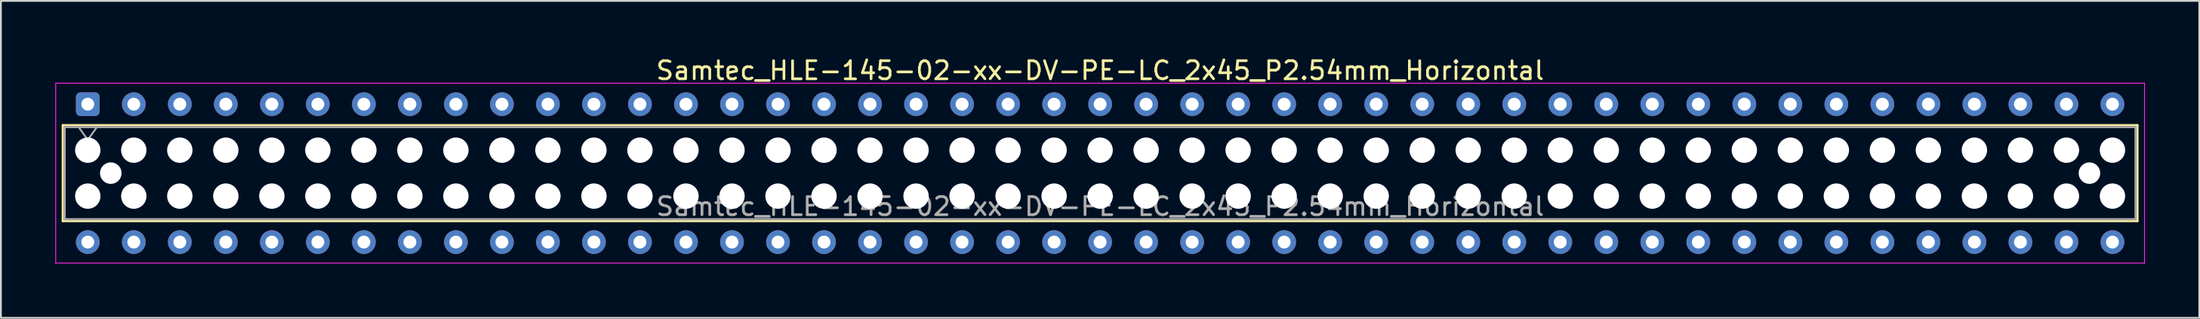
<source format=kicad_pcb>
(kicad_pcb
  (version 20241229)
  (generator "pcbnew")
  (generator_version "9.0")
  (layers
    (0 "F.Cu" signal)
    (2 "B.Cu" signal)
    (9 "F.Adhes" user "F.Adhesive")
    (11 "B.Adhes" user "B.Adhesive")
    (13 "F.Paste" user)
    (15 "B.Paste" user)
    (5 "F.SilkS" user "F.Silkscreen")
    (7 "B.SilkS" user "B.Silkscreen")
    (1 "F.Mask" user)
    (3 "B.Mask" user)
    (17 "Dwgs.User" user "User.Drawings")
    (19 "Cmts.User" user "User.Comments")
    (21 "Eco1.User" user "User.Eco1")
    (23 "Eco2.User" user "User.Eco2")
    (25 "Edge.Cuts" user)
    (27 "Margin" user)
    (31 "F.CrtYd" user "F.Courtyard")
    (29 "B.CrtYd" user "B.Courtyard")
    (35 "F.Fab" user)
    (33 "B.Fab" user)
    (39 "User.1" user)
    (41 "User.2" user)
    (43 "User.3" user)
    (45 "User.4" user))
  (footprint "Samtec_HLE-145-02-xx-DV-PE-LC_2x45_P2.54mm_Horizontal"
    (layer "F.Cu")
    (at 1.795 2.708)
    (property "Reference" "Samtec_HLE-145-02-xx-DV-PE-LC_2x45_P2.54mm_Horizontal" (at 55.88 -1.86 0) (layer "F.SilkS") (effects (font (size 1 1) (thickness 0.15))))
    (attr through_hole)
    (fp_line (start -1.38 1.16) (end 113.14 1.16) (stroke (width 0.12) (type solid)) (layer "F.SilkS"))
    (fp_line (start -1.38 6.46) (end -1.38 1.16) (stroke (width 0.12) (type solid)) (layer "F.SilkS"))
    (fp_line (start 113.14 1.16) (end 113.14 6.46) (stroke (width 0.12) (type solid)) (layer "F.SilkS"))
    (fp_line (start 113.14 6.46) (end -1.38 6.46) (stroke (width 0.12) (type solid)) (layer "F.SilkS"))
    (fp_line (start -1.77 -1.16) (end 113.53 -1.16) (stroke (width 0.05) (type solid)) (layer "F.CrtYd"))
    (fp_line (start -1.77 8.78) (end -1.77 -1.16) (stroke (width 0.05) (type solid)) (layer "F.CrtYd"))
    (fp_line (start 113.53 -1.16) (end 113.53 8.78) (stroke (width 0.05) (type solid)) (layer "F.CrtYd"))
    (fp_line (start 113.53 8.78) (end -1.77 8.78) (stroke (width 0.05) (type solid)) (layer "F.CrtYd"))
    (fp_line (start -1.27 1.27) (end 113.03 1.27) (stroke (width 0.1) (type solid)) (layer "F.Fab"))
    (fp_line (start -1.27 6.35) (end -1.27 1.27) (stroke (width 0.1) (type solid)) (layer "F.Fab"))
    (fp_line (start -0.5 1.27) (end 0 1.977) (stroke (width 0.1) (type solid)) (layer "F.Fab"))
    (fp_line (start 0 1.977) (end 0.5 1.27) (stroke (width 0.1) (type solid)) (layer "F.Fab"))
    (fp_line (start 113.03 1.27) (end 113.03 6.35) (stroke (width 0.1) (type solid)) (layer "F.Fab"))
    (fp_line (start 113.03 6.35) (end -1.27 6.35) (stroke (width 0.1) (type solid)) (layer "F.Fab"))
    (fp_text user "${REFERENCE}" (at 55.88 5.65 0) (layer "F.Fab") (effects (font (size 1 1) (thickness 0.15))))
    (pad "" np_thru_hole circle (at 0 2.54) (size 1.4 1.4) (drill 1.4) (layers "*.Cu" "*.Mask"))
    (pad "" np_thru_hole circle (at 0 5.08) (size 1.4 1.4) (drill 1.4) (layers "*.Cu" "*.Mask"))
    (pad "" np_thru_hole circle (at 1.27 3.81) (size 1.19 1.19) (drill 1.19) (layers "*.Cu" "*.Mask"))
    (pad "" np_thru_hole circle (at 2.54 2.54) (size 1.4 1.4) (drill 1.4) (layers "*.Cu" "*.Mask"))
    (pad "" np_thru_hole circle (at 2.54 5.08) (size 1.4 1.4) (drill 1.4) (layers "*.Cu" "*.Mask"))
    (pad "" np_thru_hole circle (at 5.08 2.54) (size 1.4 1.4) (drill 1.4) (layers "*.Cu" "*.Mask"))
    (pad "" np_thru_hole circle (at 5.08 5.08) (size 1.4 1.4) (drill 1.4) (layers "*.Cu" "*.Mask"))
    (pad "" np_thru_hole circle (at 7.62 2.54) (size 1.4 1.4) (drill 1.4) (layers "*.Cu" "*.Mask"))
    (pad "" np_thru_hole circle (at 7.62 5.08) (size 1.4 1.4) (drill 1.4) (layers "*.Cu" "*.Mask"))
    (pad "" np_thru_hole circle (at 10.16 2.54) (size 1.4 1.4) (drill 1.4) (layers "*.Cu" "*.Mask"))
    (pad "" np_thru_hole circle (at 10.16 5.08) (size 1.4 1.4) (drill 1.4) (layers "*.Cu" "*.Mask"))
    (pad "" np_thru_hole circle (at 12.7 2.54) (size 1.4 1.4) (drill 1.4) (layers "*.Cu" "*.Mask"))
    (pad "" np_thru_hole circle (at 12.7 5.08) (size 1.4 1.4) (drill 1.4) (layers "*.Cu" "*.Mask"))
    (pad "" np_thru_hole circle (at 15.24 2.54) (size 1.4 1.4) (drill 1.4) (layers "*.Cu" "*.Mask"))
    (pad "" np_thru_hole circle (at 15.24 5.08) (size 1.4 1.4) (drill 1.4) (layers "*.Cu" "*.Mask"))
    (pad "" np_thru_hole circle (at 17.78 2.54) (size 1.4 1.4) (drill 1.4) (layers "*.Cu" "*.Mask"))
    (pad "" np_thru_hole circle (at 17.78 5.08) (size 1.4 1.4) (drill 1.4) (layers "*.Cu" "*.Mask"))
    (pad "" np_thru_hole circle (at 20.32 2.54) (size 1.4 1.4) (drill 1.4) (layers "*.Cu" "*.Mask"))
    (pad "" np_thru_hole circle (at 20.32 5.08) (size 1.4 1.4) (drill 1.4) (layers "*.Cu" "*.Mask"))
    (pad "" np_thru_hole circle (at 22.86 2.54) (size 1.4 1.4) (drill 1.4) (layers "*.Cu" "*.Mask"))
    (pad "" np_thru_hole circle (at 22.86 5.08) (size 1.4 1.4) (drill 1.4) (layers "*.Cu" "*.Mask"))
    (pad "" np_thru_hole circle (at 25.4 2.54) (size 1.4 1.4) (drill 1.4) (layers "*.Cu" "*.Mask"))
    (pad "" np_thru_hole circle (at 25.4 5.08) (size 1.4 1.4) (drill 1.4) (layers "*.Cu" "*.Mask"))
    (pad "" np_thru_hole circle (at 27.94 2.54) (size 1.4 1.4) (drill 1.4) (layers "*.Cu" "*.Mask"))
    (pad "" np_thru_hole circle (at 27.94 5.08) (size 1.4 1.4) (drill 1.4) (layers "*.Cu" "*.Mask"))
    (pad "" np_thru_hole circle (at 30.48 2.54) (size 1.4 1.4) (drill 1.4) (layers "*.Cu" "*.Mask"))
    (pad "" np_thru_hole circle (at 30.48 5.08) (size 1.4 1.4) (drill 1.4) (layers "*.Cu" "*.Mask"))
    (pad "" np_thru_hole circle (at 33.02 2.54) (size 1.4 1.4) (drill 1.4) (layers "*.Cu" "*.Mask"))
    (pad "" np_thru_hole circle (at 33.02 5.08) (size 1.4 1.4) (drill 1.4) (layers "*.Cu" "*.Mask"))
    (pad "" np_thru_hole circle (at 35.56 2.54) (size 1.4 1.4) (drill 1.4) (layers "*.Cu" "*.Mask"))
    (pad "" np_thru_hole circle (at 35.56 5.08) (size 1.4 1.4) (drill 1.4) (layers "*.Cu" "*.Mask"))
    (pad "" np_thru_hole circle (at 38.1 2.54) (size 1.4 1.4) (drill 1.4) (layers "*.Cu" "*.Mask"))
    (pad "" np_thru_hole circle (at 38.1 5.08) (size 1.4 1.4) (drill 1.4) (layers "*.Cu" "*.Mask"))
    (pad "" np_thru_hole circle (at 40.64 2.54) (size 1.4 1.4) (drill 1.4) (layers "*.Cu" "*.Mask"))
    (pad "" np_thru_hole circle (at 40.64 5.08) (size 1.4 1.4) (drill 1.4) (layers "*.Cu" "*.Mask"))
    (pad "" np_thru_hole circle (at 43.18 2.54) (size 1.4 1.4) (drill 1.4) (layers "*.Cu" "*.Mask"))
    (pad "" np_thru_hole circle (at 43.18 5.08) (size 1.4 1.4) (drill 1.4) (layers "*.Cu" "*.Mask"))
    (pad "" np_thru_hole circle (at 45.72 2.54) (size 1.4 1.4) (drill 1.4) (layers "*.Cu" "*.Mask"))
    (pad "" np_thru_hole circle (at 45.72 5.08) (size 1.4 1.4) (drill 1.4) (layers "*.Cu" "*.Mask"))
    (pad "" np_thru_hole circle (at 48.26 2.54) (size 1.4 1.4) (drill 1.4) (layers "*.Cu" "*.Mask"))
    (pad "" np_thru_hole circle (at 48.26 5.08) (size 1.4 1.4) (drill 1.4) (layers "*.Cu" "*.Mask"))
    (pad "" np_thru_hole circle (at 50.8 2.54) (size 1.4 1.4) (drill 1.4) (layers "*.Cu" "*.Mask"))
    (pad "" np_thru_hole circle (at 50.8 5.08) (size 1.4 1.4) (drill 1.4) (layers "*.Cu" "*.Mask"))
    (pad "" np_thru_hole circle (at 53.34 2.54) (size 1.4 1.4) (drill 1.4) (layers "*.Cu" "*.Mask"))
    (pad "" np_thru_hole circle (at 53.34 5.08) (size 1.4 1.4) (drill 1.4) (layers "*.Cu" "*.Mask"))
    (pad "" np_thru_hole circle (at 55.88 2.54) (size 1.4 1.4) (drill 1.4) (layers "*.Cu" "*.Mask"))
    (pad "" np_thru_hole circle (at 55.88 5.08) (size 1.4 1.4) (drill 1.4) (layers "*.Cu" "*.Mask"))
    (pad "" np_thru_hole circle (at 58.42 2.54) (size 1.4 1.4) (drill 1.4) (layers "*.Cu" "*.Mask"))
    (pad "" np_thru_hole circle (at 58.42 5.08) (size 1.4 1.4) (drill 1.4) (layers "*.Cu" "*.Mask"))
    (pad "" np_thru_hole circle (at 60.96 2.54) (size 1.4 1.4) (drill 1.4) (layers "*.Cu" "*.Mask"))
    (pad "" np_thru_hole circle (at 60.96 5.08) (size 1.4 1.4) (drill 1.4) (layers "*.Cu" "*.Mask"))
    (pad "" np_thru_hole circle (at 63.5 2.54) (size 1.4 1.4) (drill 1.4) (layers "*.Cu" "*.Mask"))
    (pad "" np_thru_hole circle (at 63.5 5.08) (size 1.4 1.4) (drill 1.4) (layers "*.Cu" "*.Mask"))
    (pad "" np_thru_hole circle (at 66.04 2.54) (size 1.4 1.4) (drill 1.4) (layers "*.Cu" "*.Mask"))
    (pad "" np_thru_hole circle (at 66.04 5.08) (size 1.4 1.4) (drill 1.4) (layers "*.Cu" "*.Mask"))
    (pad "" np_thru_hole circle (at 68.58 2.54) (size 1.4 1.4) (drill 1.4) (layers "*.Cu" "*.Mask"))
    (pad "" np_thru_hole circle (at 68.58 5.08) (size 1.4 1.4) (drill 1.4) (layers "*.Cu" "*.Mask"))
    (pad "" np_thru_hole circle (at 71.12 2.54) (size 1.4 1.4) (drill 1.4) (layers "*.Cu" "*.Mask"))
    (pad "" np_thru_hole circle (at 71.12 5.08) (size 1.4 1.4) (drill 1.4) (layers "*.Cu" "*.Mask"))
    (pad "" np_thru_hole circle (at 73.66 2.54) (size 1.4 1.4) (drill 1.4) (layers "*.Cu" "*.Mask"))
    (pad "" np_thru_hole circle (at 73.66 5.08) (size 1.4 1.4) (drill 1.4) (layers "*.Cu" "*.Mask"))
    (pad "" np_thru_hole circle (at 76.2 2.54) (size 1.4 1.4) (drill 1.4) (layers "*.Cu" "*.Mask"))
    (pad "" np_thru_hole circle (at 76.2 5.08) (size 1.4 1.4) (drill 1.4) (layers "*.Cu" "*.Mask"))
    (pad "" np_thru_hole circle (at 78.74 2.54) (size 1.4 1.4) (drill 1.4) (layers "*.Cu" "*.Mask"))
    (pad "" np_thru_hole circle (at 78.74 5.08) (size 1.4 1.4) (drill 1.4) (layers "*.Cu" "*.Mask"))
    (pad "" np_thru_hole circle (at 81.28 2.54) (size 1.4 1.4) (drill 1.4) (layers "*.Cu" "*.Mask"))
    (pad "" np_thru_hole circle (at 81.28 5.08) (size 1.4 1.4) (drill 1.4) (layers "*.Cu" "*.Mask"))
    (pad "" np_thru_hole circle (at 83.82 2.54) (size 1.4 1.4) (drill 1.4) (layers "*.Cu" "*.Mask"))
    (pad "" np_thru_hole circle (at 83.82 5.08) (size 1.4 1.4) (drill 1.4) (layers "*.Cu" "*.Mask"))
    (pad "" np_thru_hole circle (at 86.36 2.54) (size 1.4 1.4) (drill 1.4) (layers "*.Cu" "*.Mask"))
    (pad "" np_thru_hole circle (at 86.36 5.08) (size 1.4 1.4) (drill 1.4) (layers "*.Cu" "*.Mask"))
    (pad "" np_thru_hole circle (at 88.9 2.54) (size 1.4 1.4) (drill 1.4) (layers "*.Cu" "*.Mask"))
    (pad "" np_thru_hole circle (at 88.9 5.08) (size 1.4 1.4) (drill 1.4) (layers "*.Cu" "*.Mask"))
    (pad "" np_thru_hole circle (at 91.44 2.54) (size 1.4 1.4) (drill 1.4) (layers "*.Cu" "*.Mask"))
    (pad "" np_thru_hole circle (at 91.44 5.08) (size 1.4 1.4) (drill 1.4) (layers "*.Cu" "*.Mask"))
    (pad "" np_thru_hole circle (at 93.98 2.54) (size 1.4 1.4) (drill 1.4) (layers "*.Cu" "*.Mask"))
    (pad "" np_thru_hole circle (at 93.98 5.08) (size 1.4 1.4) (drill 1.4) (layers "*.Cu" "*.Mask"))
    (pad "" np_thru_hole circle (at 96.52 2.54) (size 1.4 1.4) (drill 1.4) (layers "*.Cu" "*.Mask"))
    (pad "" np_thru_hole circle (at 96.52 5.08) (size 1.4 1.4) (drill 1.4) (layers "*.Cu" "*.Mask"))
    (pad "" np_thru_hole circle (at 99.06 2.54) (size 1.4 1.4) (drill 1.4) (layers "*.Cu" "*.Mask"))
    (pad "" np_thru_hole circle (at 99.06 5.08) (size 1.4 1.4) (drill 1.4) (layers "*.Cu" "*.Mask"))
    (pad "" np_thru_hole circle (at 101.6 2.54) (size 1.4 1.4) (drill 1.4) (layers "*.Cu" "*.Mask"))
    (pad "" np_thru_hole circle (at 101.6 5.08) (size 1.4 1.4) (drill 1.4) (layers "*.Cu" "*.Mask"))
    (pad "" np_thru_hole circle (at 104.14 2.54) (size 1.4 1.4) (drill 1.4) (layers "*.Cu" "*.Mask"))
    (pad "" np_thru_hole circle (at 104.14 5.08) (size 1.4 1.4) (drill 1.4) (layers "*.Cu" "*.Mask"))
    (pad "" np_thru_hole circle (at 106.68 2.54) (size 1.4 1.4) (drill 1.4) (layers "*.Cu" "*.Mask"))
    (pad "" np_thru_hole circle (at 106.68 5.08) (size 1.4 1.4) (drill 1.4) (layers "*.Cu" "*.Mask"))
    (pad "" np_thru_hole circle (at 109.22 2.54) (size 1.4 1.4) (drill 1.4) (layers "*.Cu" "*.Mask"))
    (pad "" np_thru_hole circle (at 109.22 5.08) (size 1.4 1.4) (drill 1.4) (layers "*.Cu" "*.Mask"))
    (pad "" np_thru_hole circle (at 110.49 3.81) (size 1.19 1.19) (drill 1.19) (layers "*.Cu" "*.Mask"))
    (pad "" np_thru_hole circle (at 111.76 2.54) (size 1.4 1.4) (drill 1.4) (layers "*.Cu" "*.Mask"))
    (pad "" np_thru_hole circle (at 111.76 5.08) (size 1.4 1.4) (drill 1.4) (layers "*.Cu" "*.Mask"))
    (pad "1" thru_hole roundrect (at 0 0) (size 1.31 1.31) (drill 0.71) (layers "*.Cu" "*.Mask") (roundrect_rratio 0.191))
    (pad "2" thru_hole circle (at 0 7.62) (size 1.31 1.31) (drill 0.71) (layers "*.Cu" "*.Mask"))
    (pad "3" thru_hole circle (at 2.54 0) (size 1.31 1.31) (drill 0.71) (layers "*.Cu" "*.Mask"))
    (pad "4" thru_hole circle (at 2.54 7.62) (size 1.31 1.31) (drill 0.71) (layers "*.Cu" "*.Mask"))
    (pad "5" thru_hole circle (at 5.08 0) (size 1.31 1.31) (drill 0.71) (layers "*.Cu" "*.Mask"))
    (pad "6" thru_hole circle (at 5.08 7.62) (size 1.31 1.31) (drill 0.71) (layers "*.Cu" "*.Mask"))
    (pad "7" thru_hole circle (at 7.62 0) (size 1.31 1.31) (drill 0.71) (layers "*.Cu" "*.Mask"))
    (pad "8" thru_hole circle (at 7.62 7.62) (size 1.31 1.31) (drill 0.71) (layers "*.Cu" "*.Mask"))
    (pad "9" thru_hole circle (at 10.16 0) (size 1.31 1.31) (drill 0.71) (layers "*.Cu" "*.Mask"))
    (pad "10" thru_hole circle (at 10.16 7.62) (size 1.31 1.31) (drill 0.71) (layers "*.Cu" "*.Mask"))
    (pad "11" thru_hole circle (at 12.7 0) (size 1.31 1.31) (drill 0.71) (layers "*.Cu" "*.Mask"))
    (pad "12" thru_hole circle (at 12.7 7.62) (size 1.31 1.31) (drill 0.71) (layers "*.Cu" "*.Mask"))
    (pad "13" thru_hole circle (at 15.24 0) (size 1.31 1.31) (drill 0.71) (layers "*.Cu" "*.Mask"))
    (pad "14" thru_hole circle (at 15.24 7.62) (size 1.31 1.31) (drill 0.71) (layers "*.Cu" "*.Mask"))
    (pad "15" thru_hole circle (at 17.78 0) (size 1.31 1.31) (drill 0.71) (layers "*.Cu" "*.Mask"))
    (pad "16" thru_hole circle (at 17.78 7.62) (size 1.31 1.31) (drill 0.71) (layers "*.Cu" "*.Mask"))
    (pad "17" thru_hole circle (at 20.32 0) (size 1.31 1.31) (drill 0.71) (layers "*.Cu" "*.Mask"))
    (pad "18" thru_hole circle (at 20.32 7.62) (size 1.31 1.31) (drill 0.71) (layers "*.Cu" "*.Mask"))
    (pad "19" thru_hole circle (at 22.86 0) (size 1.31 1.31) (drill 0.71) (layers "*.Cu" "*.Mask"))
    (pad "20" thru_hole circle (at 22.86 7.62) (size 1.31 1.31) (drill 0.71) (layers "*.Cu" "*.Mask"))
    (pad "21" thru_hole circle (at 25.4 0) (size 1.31 1.31) (drill 0.71) (layers "*.Cu" "*.Mask"))
    (pad "22" thru_hole circle (at 25.4 7.62) (size 1.31 1.31) (drill 0.71) (layers "*.Cu" "*.Mask"))
    (pad "23" thru_hole circle (at 27.94 0) (size 1.31 1.31) (drill 0.71) (layers "*.Cu" "*.Mask"))
    (pad "24" thru_hole circle (at 27.94 7.62) (size 1.31 1.31) (drill 0.71) (layers "*.Cu" "*.Mask"))
    (pad "25" thru_hole circle (at 30.48 0) (size 1.31 1.31) (drill 0.71) (layers "*.Cu" "*.Mask"))
    (pad "26" thru_hole circle (at 30.48 7.62) (size 1.31 1.31) (drill 0.71) (layers "*.Cu" "*.Mask"))
    (pad "27" thru_hole circle (at 33.02 0) (size 1.31 1.31) (drill 0.71) (layers "*.Cu" "*.Mask"))
    (pad "28" thru_hole circle (at 33.02 7.62) (size 1.31 1.31) (drill 0.71) (layers "*.Cu" "*.Mask"))
    (pad "29" thru_hole circle (at 35.56 0) (size 1.31 1.31) (drill 0.71) (layers "*.Cu" "*.Mask"))
    (pad "30" thru_hole circle (at 35.56 7.62) (size 1.31 1.31) (drill 0.71) (layers "*.Cu" "*.Mask"))
    (pad "31" thru_hole circle (at 38.1 0) (size 1.31 1.31) (drill 0.71) (layers "*.Cu" "*.Mask"))
    (pad "32" thru_hole circle (at 38.1 7.62) (size 1.31 1.31) (drill 0.71) (layers "*.Cu" "*.Mask"))
    (pad "33" thru_hole circle (at 40.64 0) (size 1.31 1.31) (drill 0.71) (layers "*.Cu" "*.Mask"))
    (pad "34" thru_hole circle (at 40.64 7.62) (size 1.31 1.31) (drill 0.71) (layers "*.Cu" "*.Mask"))
    (pad "35" thru_hole circle (at 43.18 0) (size 1.31 1.31) (drill 0.71) (layers "*.Cu" "*.Mask"))
    (pad "36" thru_hole circle (at 43.18 7.62) (size 1.31 1.31) (drill 0.71) (layers "*.Cu" "*.Mask"))
    (pad "37" thru_hole circle (at 45.72 0) (size 1.31 1.31) (drill 0.71) (layers "*.Cu" "*.Mask"))
    (pad "38" thru_hole circle (at 45.72 7.62) (size 1.31 1.31) (drill 0.71) (layers "*.Cu" "*.Mask"))
    (pad "39" thru_hole circle (at 48.26 0) (size 1.31 1.31) (drill 0.71) (layers "*.Cu" "*.Mask"))
    (pad "40" thru_hole circle (at 48.26 7.62) (size 1.31 1.31) (drill 0.71) (layers "*.Cu" "*.Mask"))
    (pad "41" thru_hole circle (at 50.8 0) (size 1.31 1.31) (drill 0.71) (layers "*.Cu" "*.Mask"))
    (pad "42" thru_hole circle (at 50.8 7.62) (size 1.31 1.31) (drill 0.71) (layers "*.Cu" "*.Mask"))
    (pad "43" thru_hole circle (at 53.34 0) (size 1.31 1.31) (drill 0.71) (layers "*.Cu" "*.Mask"))
    (pad "44" thru_hole circle (at 53.34 7.62) (size 1.31 1.31) (drill 0.71) (layers "*.Cu" "*.Mask"))
    (pad "45" thru_hole circle (at 55.88 0) (size 1.31 1.31) (drill 0.71) (layers "*.Cu" "*.Mask"))
    (pad "46" thru_hole circle (at 55.88 7.62) (size 1.31 1.31) (drill 0.71) (layers "*.Cu" "*.Mask"))
    (pad "47" thru_hole circle (at 58.42 0) (size 1.31 1.31) (drill 0.71) (layers "*.Cu" "*.Mask"))
    (pad "48" thru_hole circle (at 58.42 7.62) (size 1.31 1.31) (drill 0.71) (layers "*.Cu" "*.Mask"))
    (pad "49" thru_hole circle (at 60.96 0) (size 1.31 1.31) (drill 0.71) (layers "*.Cu" "*.Mask"))
    (pad "50" thru_hole circle (at 60.96 7.62) (size 1.31 1.31) (drill 0.71) (layers "*.Cu" "*.Mask"))
    (pad "51" thru_hole circle (at 63.5 0) (size 1.31 1.31) (drill 0.71) (layers "*.Cu" "*.Mask"))
    (pad "52" thru_hole circle (at 63.5 7.62) (size 1.31 1.31) (drill 0.71) (layers "*.Cu" "*.Mask"))
    (pad "53" thru_hole circle (at 66.04 0) (size 1.31 1.31) (drill 0.71) (layers "*.Cu" "*.Mask"))
    (pad "54" thru_hole circle (at 66.04 7.62) (size 1.31 1.31) (drill 0.71) (layers "*.Cu" "*.Mask"))
    (pad "55" thru_hole circle (at 68.58 0) (size 1.31 1.31) (drill 0.71) (layers "*.Cu" "*.Mask"))
    (pad "56" thru_hole circle (at 68.58 7.62) (size 1.31 1.31) (drill 0.71) (layers "*.Cu" "*.Mask"))
    (pad "57" thru_hole circle (at 71.12 0) (size 1.31 1.31) (drill 0.71) (layers "*.Cu" "*.Mask"))
    (pad "58" thru_hole circle (at 71.12 7.62) (size 1.31 1.31) (drill 0.71) (layers "*.Cu" "*.Mask"))
    (pad "59" thru_hole circle (at 73.66 0) (size 1.31 1.31) (drill 0.71) (layers "*.Cu" "*.Mask"))
    (pad "60" thru_hole circle (at 73.66 7.62) (size 1.31 1.31) (drill 0.71) (layers "*.Cu" "*.Mask"))
    (pad "61" thru_hole circle (at 76.2 0) (size 1.31 1.31) (drill 0.71) (layers "*.Cu" "*.Mask"))
    (pad "62" thru_hole circle (at 76.2 7.62) (size 1.31 1.31) (drill 0.71) (layers "*.Cu" "*.Mask"))
    (pad "63" thru_hole circle (at 78.74 0) (size 1.31 1.31) (drill 0.71) (layers "*.Cu" "*.Mask"))
    (pad "64" thru_hole circle (at 78.74 7.62) (size 1.31 1.31) (drill 0.71) (layers "*.Cu" "*.Mask"))
    (pad "65" thru_hole circle (at 81.28 0) (size 1.31 1.31) (drill 0.71) (layers "*.Cu" "*.Mask"))
    (pad "66" thru_hole circle (at 81.28 7.62) (size 1.31 1.31) (drill 0.71) (layers "*.Cu" "*.Mask"))
    (pad "67" thru_hole circle (at 83.82 0) (size 1.31 1.31) (drill 0.71) (layers "*.Cu" "*.Mask"))
    (pad "68" thru_hole circle (at 83.82 7.62) (size 1.31 1.31) (drill 0.71) (layers "*.Cu" "*.Mask"))
    (pad "69" thru_hole circle (at 86.36 0) (size 1.31 1.31) (drill 0.71) (layers "*.Cu" "*.Mask"))
    (pad "70" thru_hole circle (at 86.36 7.62) (size 1.31 1.31) (drill 0.71) (layers "*.Cu" "*.Mask"))
    (pad "71" thru_hole circle (at 88.9 0) (size 1.31 1.31) (drill 0.71) (layers "*.Cu" "*.Mask"))
    (pad "72" thru_hole circle (at 88.9 7.62) (size 1.31 1.31) (drill 0.71) (layers "*.Cu" "*.Mask"))
    (pad "73" thru_hole circle (at 91.44 0) (size 1.31 1.31) (drill 0.71) (layers "*.Cu" "*.Mask"))
    (pad "74" thru_hole circle (at 91.44 7.62) (size 1.31 1.31) (drill 0.71) (layers "*.Cu" "*.Mask"))
    (pad "75" thru_hole circle (at 93.98 0) (size 1.31 1.31) (drill 0.71) (layers "*.Cu" "*.Mask"))
    (pad "76" thru_hole circle (at 93.98 7.62) (size 1.31 1.31) (drill 0.71) (layers "*.Cu" "*.Mask"))
    (pad "77" thru_hole circle (at 96.52 0) (size 1.31 1.31) (drill 0.71) (layers "*.Cu" "*.Mask"))
    (pad "78" thru_hole circle (at 96.52 7.62) (size 1.31 1.31) (drill 0.71) (layers "*.Cu" "*.Mask"))
    (pad "79" thru_hole circle (at 99.06 0) (size 1.31 1.31) (drill 0.71) (layers "*.Cu" "*.Mask"))
    (pad "80" thru_hole circle (at 99.06 7.62) (size 1.31 1.31) (drill 0.71) (layers "*.Cu" "*.Mask"))
    (pad "81" thru_hole circle (at 101.6 0) (size 1.31 1.31) (drill 0.71) (layers "*.Cu" "*.Mask"))
    (pad "82" thru_hole circle (at 101.6 7.62) (size 1.31 1.31) (drill 0.71) (layers "*.Cu" "*.Mask"))
    (pad "83" thru_hole circle (at 104.14 0) (size 1.31 1.31) (drill 0.71) (layers "*.Cu" "*.Mask"))
    (pad "84" thru_hole circle (at 104.14 7.62) (size 1.31 1.31) (drill 0.71) (layers "*.Cu" "*.Mask"))
    (pad "85" thru_hole circle (at 106.68 0) (size 1.31 1.31) (drill 0.71) (layers "*.Cu" "*.Mask"))
    (pad "86" thru_hole circle (at 106.68 7.62) (size 1.31 1.31) (drill 0.71) (layers "*.Cu" "*.Mask"))
    (pad "87" thru_hole circle (at 109.22 0) (size 1.31 1.31) (drill 0.71) (layers "*.Cu" "*.Mask"))
    (pad "88" thru_hole circle (at 109.22 7.62) (size 1.31 1.31) (drill 0.71) (layers "*.Cu" "*.Mask"))
    (pad "89" thru_hole circle (at 111.76 0) (size 1.31 1.31) (drill 0.71) (layers "*.Cu" "*.Mask"))
    (pad "90" thru_hole circle (at 111.76 7.62) (size 1.31 1.31) (drill 0.71) (layers "*.Cu" "*.Mask")))
  (gr_rect
    (start -3 -3)
    (end 118.35 14.513)
    (stroke (width 0.1) (type default))
    (fill no)
    (layer "Edge.Cuts")))
</source>
